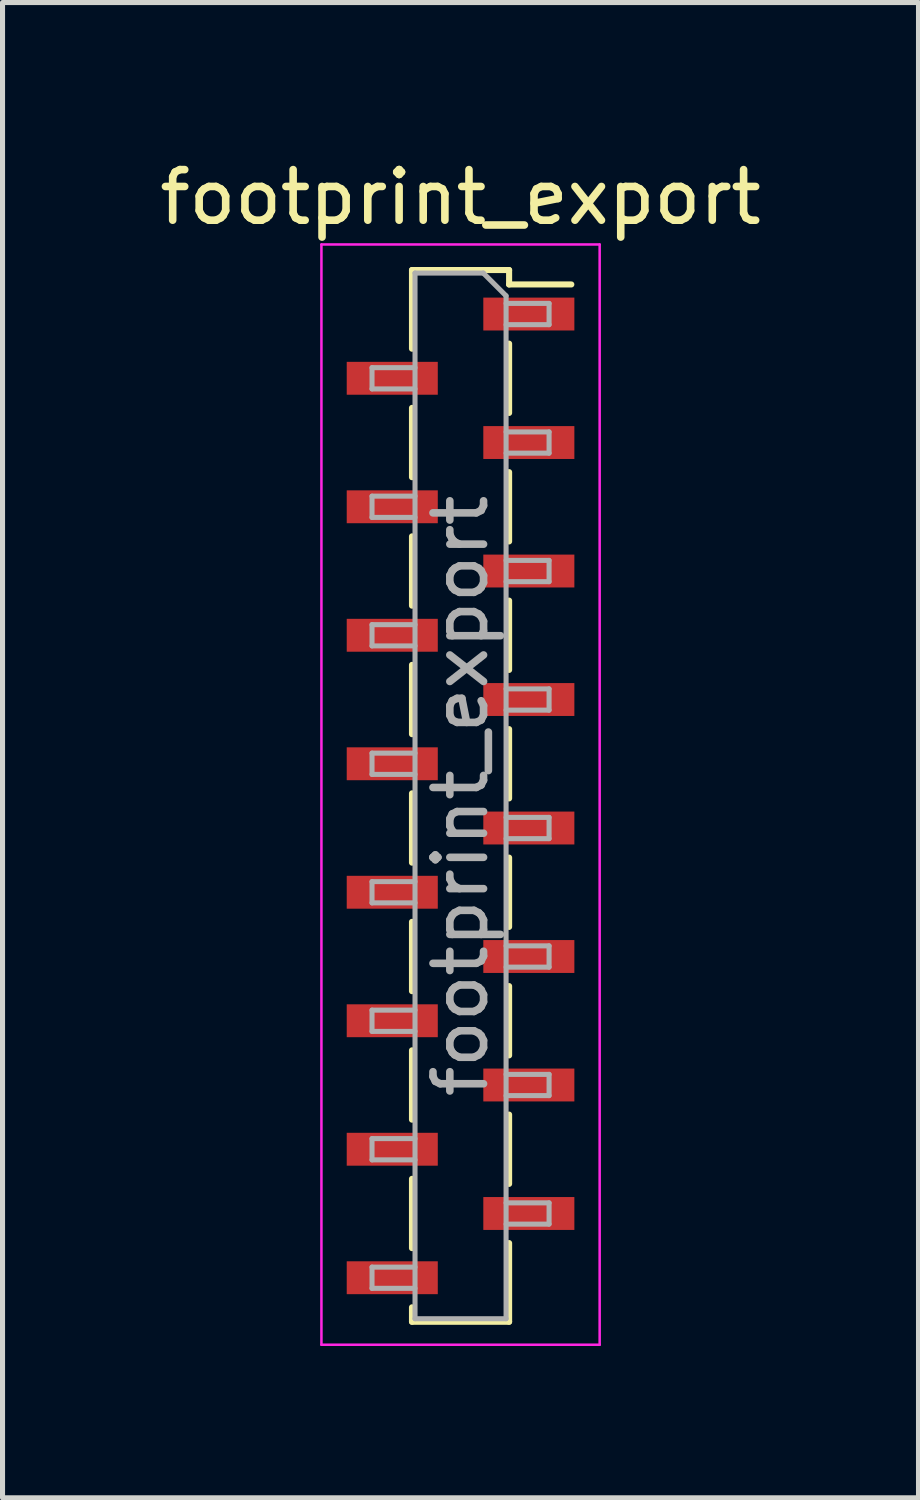
<source format=kicad_pcb>
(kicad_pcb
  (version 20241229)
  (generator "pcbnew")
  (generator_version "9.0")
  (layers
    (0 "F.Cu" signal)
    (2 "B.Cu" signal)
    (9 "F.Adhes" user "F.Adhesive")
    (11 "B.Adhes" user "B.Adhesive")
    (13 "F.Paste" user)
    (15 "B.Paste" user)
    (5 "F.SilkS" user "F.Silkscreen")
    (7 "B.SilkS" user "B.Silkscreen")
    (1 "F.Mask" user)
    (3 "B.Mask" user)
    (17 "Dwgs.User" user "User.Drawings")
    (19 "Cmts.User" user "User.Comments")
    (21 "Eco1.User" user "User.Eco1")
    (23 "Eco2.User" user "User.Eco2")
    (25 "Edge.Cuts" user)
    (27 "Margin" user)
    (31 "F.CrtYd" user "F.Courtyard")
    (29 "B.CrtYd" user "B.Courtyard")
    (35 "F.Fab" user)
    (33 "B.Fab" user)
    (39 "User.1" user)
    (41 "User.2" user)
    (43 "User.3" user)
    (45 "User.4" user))
  (footprint "footprint_export"
    (layer "F.Cu")
    (at 6.054 12.683)
    (property "Reference" "footprint_export" (at 0 -11.835 0) (layer "F.SilkS") (effects (font (size 1 1) (thickness 0.15))))
    (attr smd)
    (fp_line (start -0.96 -10.395) (end -0.96 -8.84) (stroke (width 0.12) (type solid)) (layer "F.SilkS"))
    (fp_line (start -0.96 -10.395) (end 0.96 -10.395) (stroke (width 0.12) (type solid)) (layer "F.SilkS"))
    (fp_line (start -0.96 -7.67) (end -0.96 -6.3) (stroke (width 0.12) (type solid)) (layer "F.SilkS"))
    (fp_line (start -0.96 -5.13) (end -0.96 -3.76) (stroke (width 0.12) (type solid)) (layer "F.SilkS"))
    (fp_line (start -0.96 -2.59) (end -0.96 -1.22) (stroke (width 0.12) (type solid)) (layer "F.SilkS"))
    (fp_line (start -0.96 -0.05) (end -0.96 1.32) (stroke (width 0.12) (type solid)) (layer "F.SilkS"))
    (fp_line (start -0.96 2.49) (end -0.96 3.86) (stroke (width 0.12) (type solid)) (layer "F.SilkS"))
    (fp_line (start -0.96 5.03) (end -0.96 6.4) (stroke (width 0.12) (type solid)) (layer "F.SilkS"))
    (fp_line (start -0.96 7.57) (end -0.96 8.94) (stroke (width 0.12) (type solid)) (layer "F.SilkS"))
    (fp_line (start -0.96 10.11) (end -0.96 10.395) (stroke (width 0.12) (type solid)) (layer "F.SilkS"))
    (fp_line (start -0.96 10.395) (end 0.96 10.395) (stroke (width 0.12) (type solid)) (layer "F.SilkS"))
    (fp_line (start 0.96 -10.395) (end 0.96 -10.11) (stroke (width 0.12) (type solid)) (layer "F.SilkS"))
    (fp_line (start 0.96 -10.11) (end 2.19 -10.11) (stroke (width 0.12) (type solid)) (layer "F.SilkS"))
    (fp_line (start 0.96 -8.94) (end 0.96 -7.57) (stroke (width 0.12) (type solid)) (layer "F.SilkS"))
    (fp_line (start 0.96 -6.4) (end 0.96 -5.03) (stroke (width 0.12) (type solid)) (layer "F.SilkS"))
    (fp_line (start 0.96 -3.86) (end 0.96 -2.49) (stroke (width 0.12) (type solid)) (layer "F.SilkS"))
    (fp_line (start 0.96 -1.32) (end 0.96 0.05) (stroke (width 0.12) (type solid)) (layer "F.SilkS"))
    (fp_line (start 0.96 1.22) (end 0.96 2.59) (stroke (width 0.12) (type solid)) (layer "F.SilkS"))
    (fp_line (start 0.96 3.76) (end 0.96 5.13) (stroke (width 0.12) (type solid)) (layer "F.SilkS"))
    (fp_line (start 0.96 6.3) (end 0.96 7.67) (stroke (width 0.12) (type solid)) (layer "F.SilkS"))
    (fp_line (start 0.96 8.84) (end 0.96 10.395) (stroke (width 0.12) (type solid)) (layer "F.SilkS"))
    (fp_line (start -2.75 -10.9) (end 2.75 -10.9) (stroke (width 0.05) (type solid)) (layer "F.CrtYd"))
    (fp_line (start -2.75 10.85) (end -2.75 -10.9) (stroke (width 0.05) (type solid)) (layer "F.CrtYd"))
    (fp_line (start 2.75 -10.9) (end 2.75 10.85) (stroke (width 0.05) (type solid)) (layer "F.CrtYd"))
    (fp_line (start 2.75 10.85) (end -2.75 10.85) (stroke (width 0.05) (type solid)) (layer "F.CrtYd"))
    (fp_line (start -1.75 -8.465) (end -0.9 -8.465) (stroke (width 0.1) (type solid)) (layer "F.Fab"))
    (fp_line (start -1.75 -8.045) (end -1.75 -8.465) (stroke (width 0.1) (type solid)) (layer "F.Fab"))
    (fp_line (start -1.75 -5.925) (end -0.9 -5.925) (stroke (width 0.1) (type solid)) (layer "F.Fab"))
    (fp_line (start -1.75 -5.505) (end -1.75 -5.925) (stroke (width 0.1) (type solid)) (layer "F.Fab"))
    (fp_line (start -1.75 -3.385) (end -0.9 -3.385) (stroke (width 0.1) (type solid)) (layer "F.Fab"))
    (fp_line (start -1.75 -2.965) (end -1.75 -3.385) (stroke (width 0.1) (type solid)) (layer "F.Fab"))
    (fp_line (start -1.75 -0.845) (end -0.9 -0.845) (stroke (width 0.1) (type solid)) (layer "F.Fab"))
    (fp_line (start -1.75 -0.425) (end -1.75 -0.845) (stroke (width 0.1) (type solid)) (layer "F.Fab"))
    (fp_line (start -1.75 1.695) (end -0.9 1.695) (stroke (width 0.1) (type solid)) (layer "F.Fab"))
    (fp_line (start -1.75 2.115) (end -1.75 1.695) (stroke (width 0.1) (type solid)) (layer "F.Fab"))
    (fp_line (start -1.75 4.235) (end -0.9 4.235) (stroke (width 0.1) (type solid)) (layer "F.Fab"))
    (fp_line (start -1.75 4.655) (end -1.75 4.235) (stroke (width 0.1) (type solid)) (layer "F.Fab"))
    (fp_line (start -1.75 6.775) (end -0.9 6.775) (stroke (width 0.1) (type solid)) (layer "F.Fab"))
    (fp_line (start -1.75 7.195) (end -1.75 6.775) (stroke (width 0.1) (type solid)) (layer "F.Fab"))
    (fp_line (start -1.75 9.315) (end -0.9 9.315) (stroke (width 0.1) (type solid)) (layer "F.Fab"))
    (fp_line (start -1.75 9.735) (end -1.75 9.315) (stroke (width 0.1) (type solid)) (layer "F.Fab"))
    (fp_line (start -0.9 -10.335) (end 0.45 -10.335) (stroke (width 0.1) (type solid)) (layer "F.Fab"))
    (fp_line (start -0.9 -8.045) (end -1.75 -8.045) (stroke (width 0.1) (type solid)) (layer "F.Fab"))
    (fp_line (start -0.9 -5.505) (end -1.75 -5.505) (stroke (width 0.1) (type solid)) (layer "F.Fab"))
    (fp_line (start -0.9 -2.965) (end -1.75 -2.965) (stroke (width 0.1) (type solid)) (layer "F.Fab"))
    (fp_line (start -0.9 -0.425) (end -1.75 -0.425) (stroke (width 0.1) (type solid)) (layer "F.Fab"))
    (fp_line (start -0.9 2.115) (end -1.75 2.115) (stroke (width 0.1) (type solid)) (layer "F.Fab"))
    (fp_line (start -0.9 4.655) (end -1.75 4.655) (stroke (width 0.1) (type solid)) (layer "F.Fab"))
    (fp_line (start -0.9 7.195) (end -1.75 7.195) (stroke (width 0.1) (type solid)) (layer "F.Fab"))
    (fp_line (start -0.9 9.735) (end -1.75 9.735) (stroke (width 0.1) (type solid)) (layer "F.Fab"))
    (fp_line (start -0.9 10.335) (end -0.9 -10.335) (stroke (width 0.1) (type solid)) (layer "F.Fab"))
    (fp_line (start 0.45 -10.335) (end 0.9 -9.885) (stroke (width 0.1) (type solid)) (layer "F.Fab"))
    (fp_line (start 0.9 -9.885) (end 0.9 10.335) (stroke (width 0.1) (type solid)) (layer "F.Fab"))
    (fp_line (start 0.9 -9.735) (end 1.75 -9.735) (stroke (width 0.1) (type solid)) (layer "F.Fab"))
    (fp_line (start 0.9 -7.195) (end 1.75 -7.195) (stroke (width 0.1) (type solid)) (layer "F.Fab"))
    (fp_line (start 0.9 -4.655) (end 1.75 -4.655) (stroke (width 0.1) (type solid)) (layer "F.Fab"))
    (fp_line (start 0.9 -2.115) (end 1.75 -2.115) (stroke (width 0.1) (type solid)) (layer "F.Fab"))
    (fp_line (start 0.9 0.425) (end 1.75 0.425) (stroke (width 0.1) (type solid)) (layer "F.Fab"))
    (fp_line (start 0.9 2.965) (end 1.75 2.965) (stroke (width 0.1) (type solid)) (layer "F.Fab"))
    (fp_line (start 0.9 5.505) (end 1.75 5.505) (stroke (width 0.1) (type solid)) (layer "F.Fab"))
    (fp_line (start 0.9 8.045) (end 1.75 8.045) (stroke (width 0.1) (type solid)) (layer "F.Fab"))
    (fp_line (start 0.9 10.335) (end -0.9 10.335) (stroke (width 0.1) (type solid)) (layer "F.Fab"))
    (fp_line (start 1.75 -9.735) (end 1.75 -9.315) (stroke (width 0.1) (type solid)) (layer "F.Fab"))
    (fp_line (start 1.75 -9.315) (end 0.9 -9.315) (stroke (width 0.1) (type solid)) (layer "F.Fab"))
    (fp_line (start 1.75 -7.195) (end 1.75 -6.775) (stroke (width 0.1) (type solid)) (layer "F.Fab"))
    (fp_line (start 1.75 -6.775) (end 0.9 -6.775) (stroke (width 0.1) (type solid)) (layer "F.Fab"))
    (fp_line (start 1.75 -4.655) (end 1.75 -4.235) (stroke (width 0.1) (type solid)) (layer "F.Fab"))
    (fp_line (start 1.75 -4.235) (end 0.9 -4.235) (stroke (width 0.1) (type solid)) (layer "F.Fab"))
    (fp_line (start 1.75 -2.115) (end 1.75 -1.695) (stroke (width 0.1) (type solid)) (layer "F.Fab"))
    (fp_line (start 1.75 -1.695) (end 0.9 -1.695) (stroke (width 0.1) (type solid)) (layer "F.Fab"))
    (fp_line (start 1.75 0.425) (end 1.75 0.845) (stroke (width 0.1) (type solid)) (layer "F.Fab"))
    (fp_line (start 1.75 0.845) (end 0.9 0.845) (stroke (width 0.1) (type solid)) (layer "F.Fab"))
    (fp_line (start 1.75 2.965) (end 1.75 3.385) (stroke (width 0.1) (type solid)) (layer "F.Fab"))
    (fp_line (start 1.75 3.385) (end 0.9 3.385) (stroke (width 0.1) (type solid)) (layer "F.Fab"))
    (fp_line (start 1.75 5.505) (end 1.75 5.925) (stroke (width 0.1) (type solid)) (layer "F.Fab"))
    (fp_line (start 1.75 5.925) (end 0.9 5.925) (stroke (width 0.1) (type solid)) (layer "F.Fab"))
    (fp_line (start 1.75 8.045) (end 1.75 8.465) (stroke (width 0.1) (type solid)) (layer "F.Fab"))
    (fp_line (start 1.75 8.465) (end 0.9 8.465) (stroke (width 0.1) (type solid)) (layer "F.Fab"))
    (fp_text user "${REFERENCE}" (at 0 0 90) (layer "F.Fab") (effects (font (size 1 1) (thickness 0.15))))
    (pad "1" smd rect (at 1.35 -9.525) (size 1.8 0.65) (layers "F.Cu" "F.Mask" "F.Paste"))
    (pad "2" smd rect (at -1.35 -8.255) (size 1.8 0.65) (layers "F.Cu" "F.Mask" "F.Paste"))
    (pad "3" smd rect (at 1.35 -6.985) (size 1.8 0.65) (layers "F.Cu" "F.Mask" "F.Paste"))
    (pad "4" smd rect (at -1.35 -5.715) (size 1.8 0.65) (layers "F.Cu" "F.Mask" "F.Paste"))
    (pad "5" smd rect (at 1.35 -4.445) (size 1.8 0.65) (layers "F.Cu" "F.Mask" "F.Paste"))
    (pad "6" smd rect (at -1.35 -3.175) (size 1.8 0.65) (layers "F.Cu" "F.Mask" "F.Paste"))
    (pad "7" smd rect (at 1.35 -1.905) (size 1.8 0.65) (layers "F.Cu" "F.Mask" "F.Paste"))
    (pad "8" smd rect (at -1.35 -0.635) (size 1.8 0.65) (layers "F.Cu" "F.Mask" "F.Paste"))
    (pad "9" smd rect (at 1.35 0.635) (size 1.8 0.65) (layers "F.Cu" "F.Mask" "F.Paste"))
    (pad "10" smd rect (at -1.35 1.905) (size 1.8 0.65) (layers "F.Cu" "F.Mask" "F.Paste"))
    (pad "11" smd rect (at 1.35 3.175) (size 1.8 0.65) (layers "F.Cu" "F.Mask" "F.Paste"))
    (pad "12" smd rect (at -1.35 4.445) (size 1.8 0.65) (layers "F.Cu" "F.Mask" "F.Paste"))
    (pad "13" smd rect (at 1.35 5.715) (size 1.8 0.65) (layers "F.Cu" "F.Mask" "F.Paste"))
    (pad "14" smd rect (at -1.35 6.985) (size 1.8 0.65) (layers "F.Cu" "F.Mask" "F.Paste"))
    (pad "15" smd rect (at 1.35 8.255) (size 1.8 0.65) (layers "F.Cu" "F.Mask" "F.Paste"))
    (pad "16" smd rect (at -1.35 9.525) (size 1.8 0.65) (layers "F.Cu" "F.Mask" "F.Paste")))
  (gr_rect
    (start -3 -3)
    (end 15.107 26.558)
    (stroke (width 0.1) (type default))
    (fill no)
    (layer "Edge.Cuts")))
</source>
